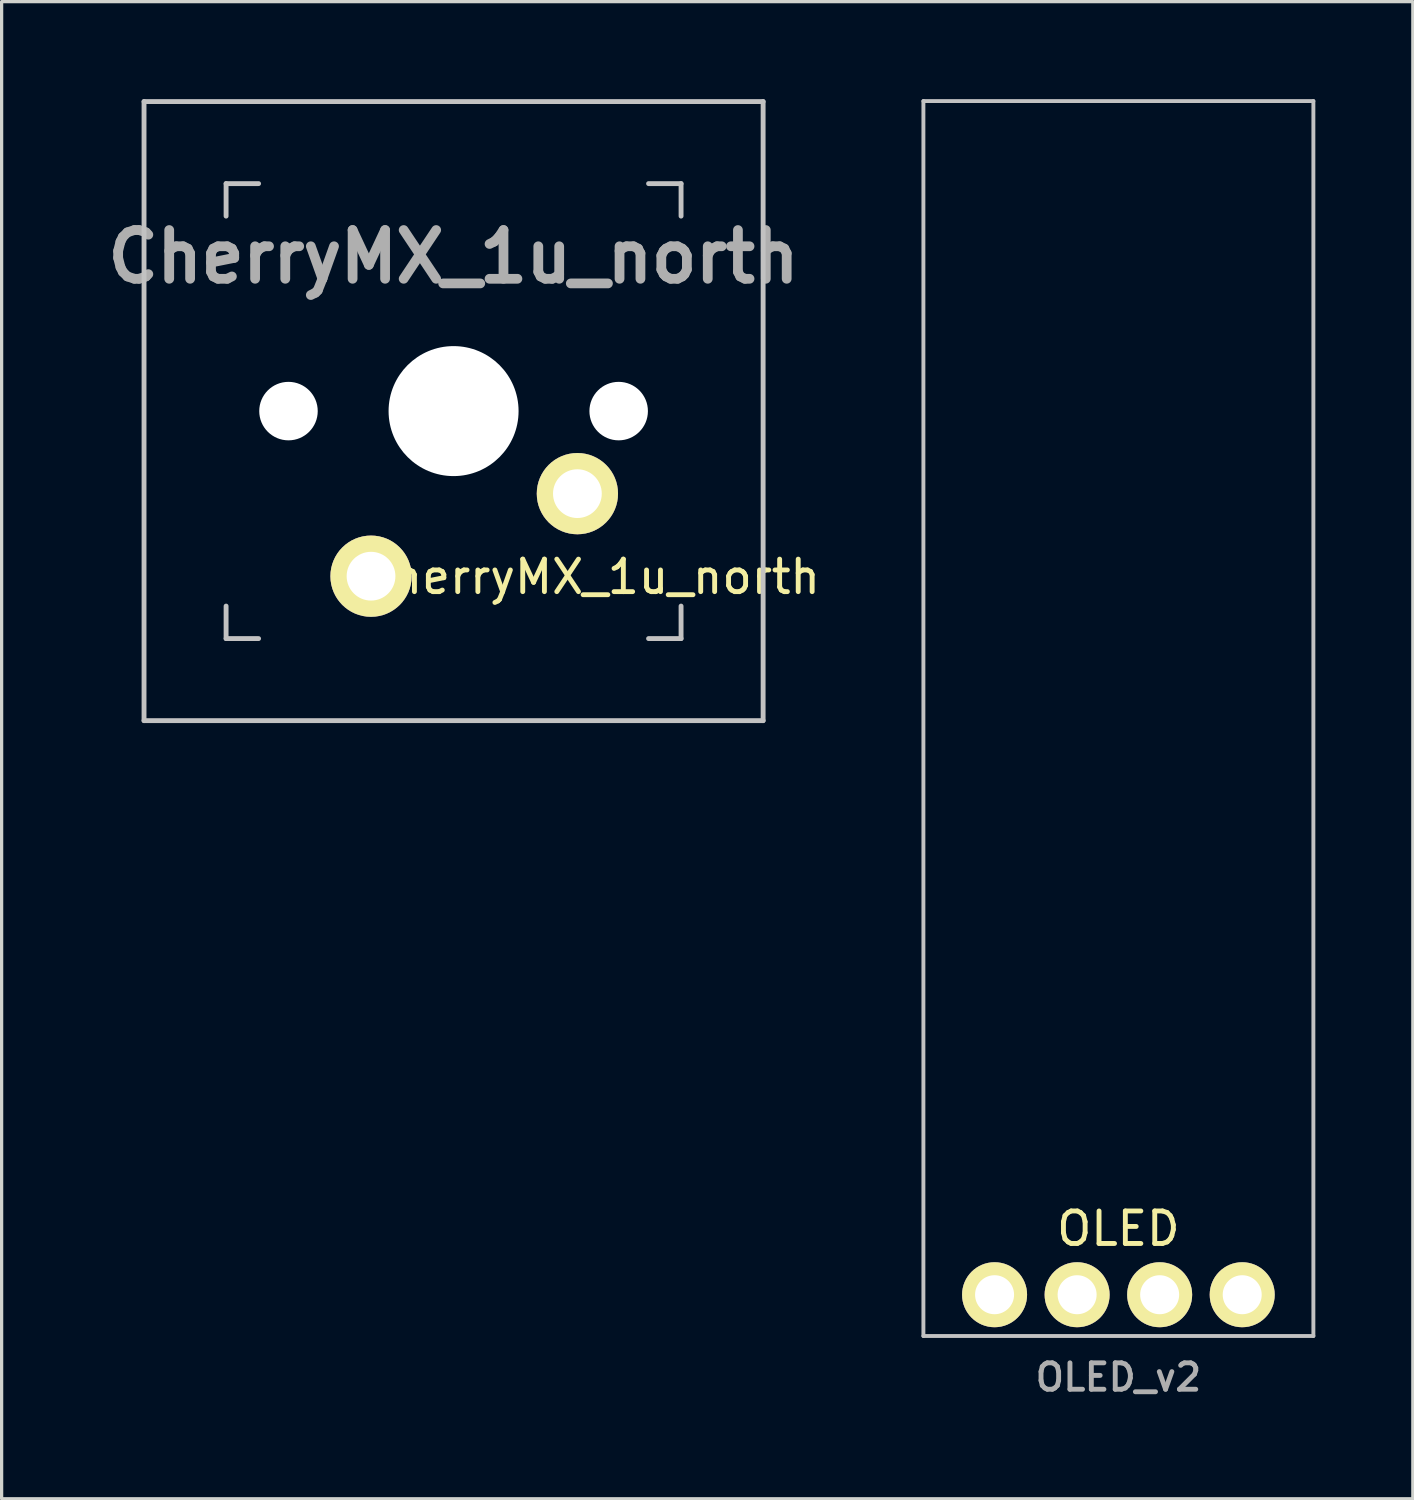
<source format=kicad_pcb>
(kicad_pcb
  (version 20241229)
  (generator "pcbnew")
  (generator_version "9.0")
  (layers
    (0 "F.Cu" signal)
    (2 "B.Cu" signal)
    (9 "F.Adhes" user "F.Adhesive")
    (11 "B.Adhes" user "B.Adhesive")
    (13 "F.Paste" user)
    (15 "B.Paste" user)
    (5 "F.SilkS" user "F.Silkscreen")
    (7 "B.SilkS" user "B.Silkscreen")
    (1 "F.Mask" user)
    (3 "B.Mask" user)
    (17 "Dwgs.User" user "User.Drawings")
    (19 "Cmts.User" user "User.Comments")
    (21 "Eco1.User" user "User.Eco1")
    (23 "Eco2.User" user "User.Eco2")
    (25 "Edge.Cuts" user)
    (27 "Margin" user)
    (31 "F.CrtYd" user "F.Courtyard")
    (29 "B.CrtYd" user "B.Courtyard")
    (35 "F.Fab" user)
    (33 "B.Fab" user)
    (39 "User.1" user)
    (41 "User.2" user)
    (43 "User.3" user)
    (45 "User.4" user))
  (footprint "OLED_v2"
    (layer "F.Cu")
    (at 31.364 36.79)
    (property "Reference" "OLED_v2" (at 0 2.54 180) (layer "F.Fab") (effects (font (size 0.813 0.813) (thickness 0.15))))
    (attr through_hole)
    (fp_line (start -6 -36.73) (end 6 -36.73) (stroke (width 0.12) (type solid)) (layer "Dwgs.User"))
    (fp_line (start -6 1.27) (end -6 -36.73) (stroke (width 0.12) (type solid)) (layer "Dwgs.User"))
    (fp_line (start -6 1.27) (end 6 1.27) (stroke (width 0.12) (type solid)) (layer "Dwgs.User"))
    (fp_line (start 6 -36.73) (end 6 1.27) (stroke (width 0.12) (type solid)) (layer "Dwgs.User"))
    (fp_text user "OLED" (at 0 -2.032 0) (layer "F.SilkS") (effects (font (size 1 1) (thickness 0.15))))
    (pad "1" thru_hole circle (at -3.81 0) (size 2 2) (drill 1.2) (layers "*.Cu" "B.Mask" "F.SilkS"))
    (pad "2" thru_hole circle (at -1.27 0) (size 2 2) (drill 1.2) (layers "*.Cu" "B.Mask" "F.SilkS"))
    (pad "3" thru_hole circle (at 1.27 0) (size 2 2) (drill 1.2) (layers "*.Cu" "B.Mask" "F.SilkS"))
    (pad "4" thru_hole circle (at 3.81 0) (size 2 2) (drill 1.2) (layers "*.Cu" "B.Mask" "F.SilkS")))
  (footprint "CherryMX_1u_north"
    (layer "F.Cu")
    (at 10.907 9.6)
    (property "Reference" "CherryMX_1u_north" (at 4.2 5.1 180) (layer "F.SilkS") (effects (font (size 1 1) (thickness 0.15))))
    (attr through_hole)
    (fp_line (start -9.525 -9.525) (end 9.525 -9.525) (stroke (width 0.15) (type solid)) (layer "Dwgs.User"))
    (fp_line (start -9.525 9.525) (end -9.525 -9.525) (stroke (width 0.15) (type solid)) (layer "Dwgs.User"))
    (fp_line (start -7 -7) (end -7 -6) (stroke (width 0.15) (type solid)) (layer "Dwgs.User"))
    (fp_line (start -7 6) (end -7 7) (stroke (width 0.15) (type solid)) (layer "Dwgs.User"))
    (fp_line (start -7 7) (end -6 7) (stroke (width 0.15) (type solid)) (layer "Dwgs.User"))
    (fp_line (start -6 -7) (end -7 -7) (stroke (width 0.15) (type solid)) (layer "Dwgs.User"))
    (fp_line (start 6 -7) (end 7 -7) (stroke (width 0.15) (type solid)) (layer "Dwgs.User"))
    (fp_line (start 7 -6) (end 7 -7) (stroke (width 0.15) (type solid)) (layer "Dwgs.User"))
    (fp_line (start 7 6) (end 7 7) (stroke (width 0.15) (type solid)) (layer "Dwgs.User"))
    (fp_line (start 7 7) (end 6 7) (stroke (width 0.15) (type solid)) (layer "Dwgs.User"))
    (fp_line (start 9.525 -9.525) (end 9.525 9.525) (stroke (width 0.15) (type solid)) (layer "Dwgs.User"))
    (fp_line (start 9.525 9.525) (end -9.525 9.525) (stroke (width 0.15) (type solid)) (layer "Dwgs.User"))
    (fp_text user "${REFERENCE}" (at 0 -4.75 0) (unlocked yes) (layer "F.Fab") (effects (font (size 1.5 1.5) (thickness 0.3))))
    (pad "" np_thru_hole circle (at -5.08 0 270) (size 1.8 1.8) (drill 1.8) (layers "*.Cu" "*.Mask"))
    (pad "" np_thru_hole circle (at 0 0 270) (size 4 4) (drill 4) (layers "*.Cu" "*.Mask"))
    (pad "" np_thru_hole circle (at 5.08 0 270) (size 1.8 1.8) (drill 1.8) (layers "*.Cu" "*.Mask"))
    (pad "1" thru_hole circle (at 3.81 2.54 180) (size 2.5 2.5) (drill 1.5) (layers "*.Cu" "B.Mask" "F.SilkS"))
    (pad "2" thru_hole circle (at -2.54 5.08 180) (size 2.5 2.5) (drill 1.5) (layers "*.Cu" "B.Mask" "F.SilkS")))
  (gr_rect
    (start -3 -3)
    (end 40.424 43.069)
    (stroke (width 0.1) (type default))
    (fill no)
    (layer "Edge.Cuts")))
</source>
